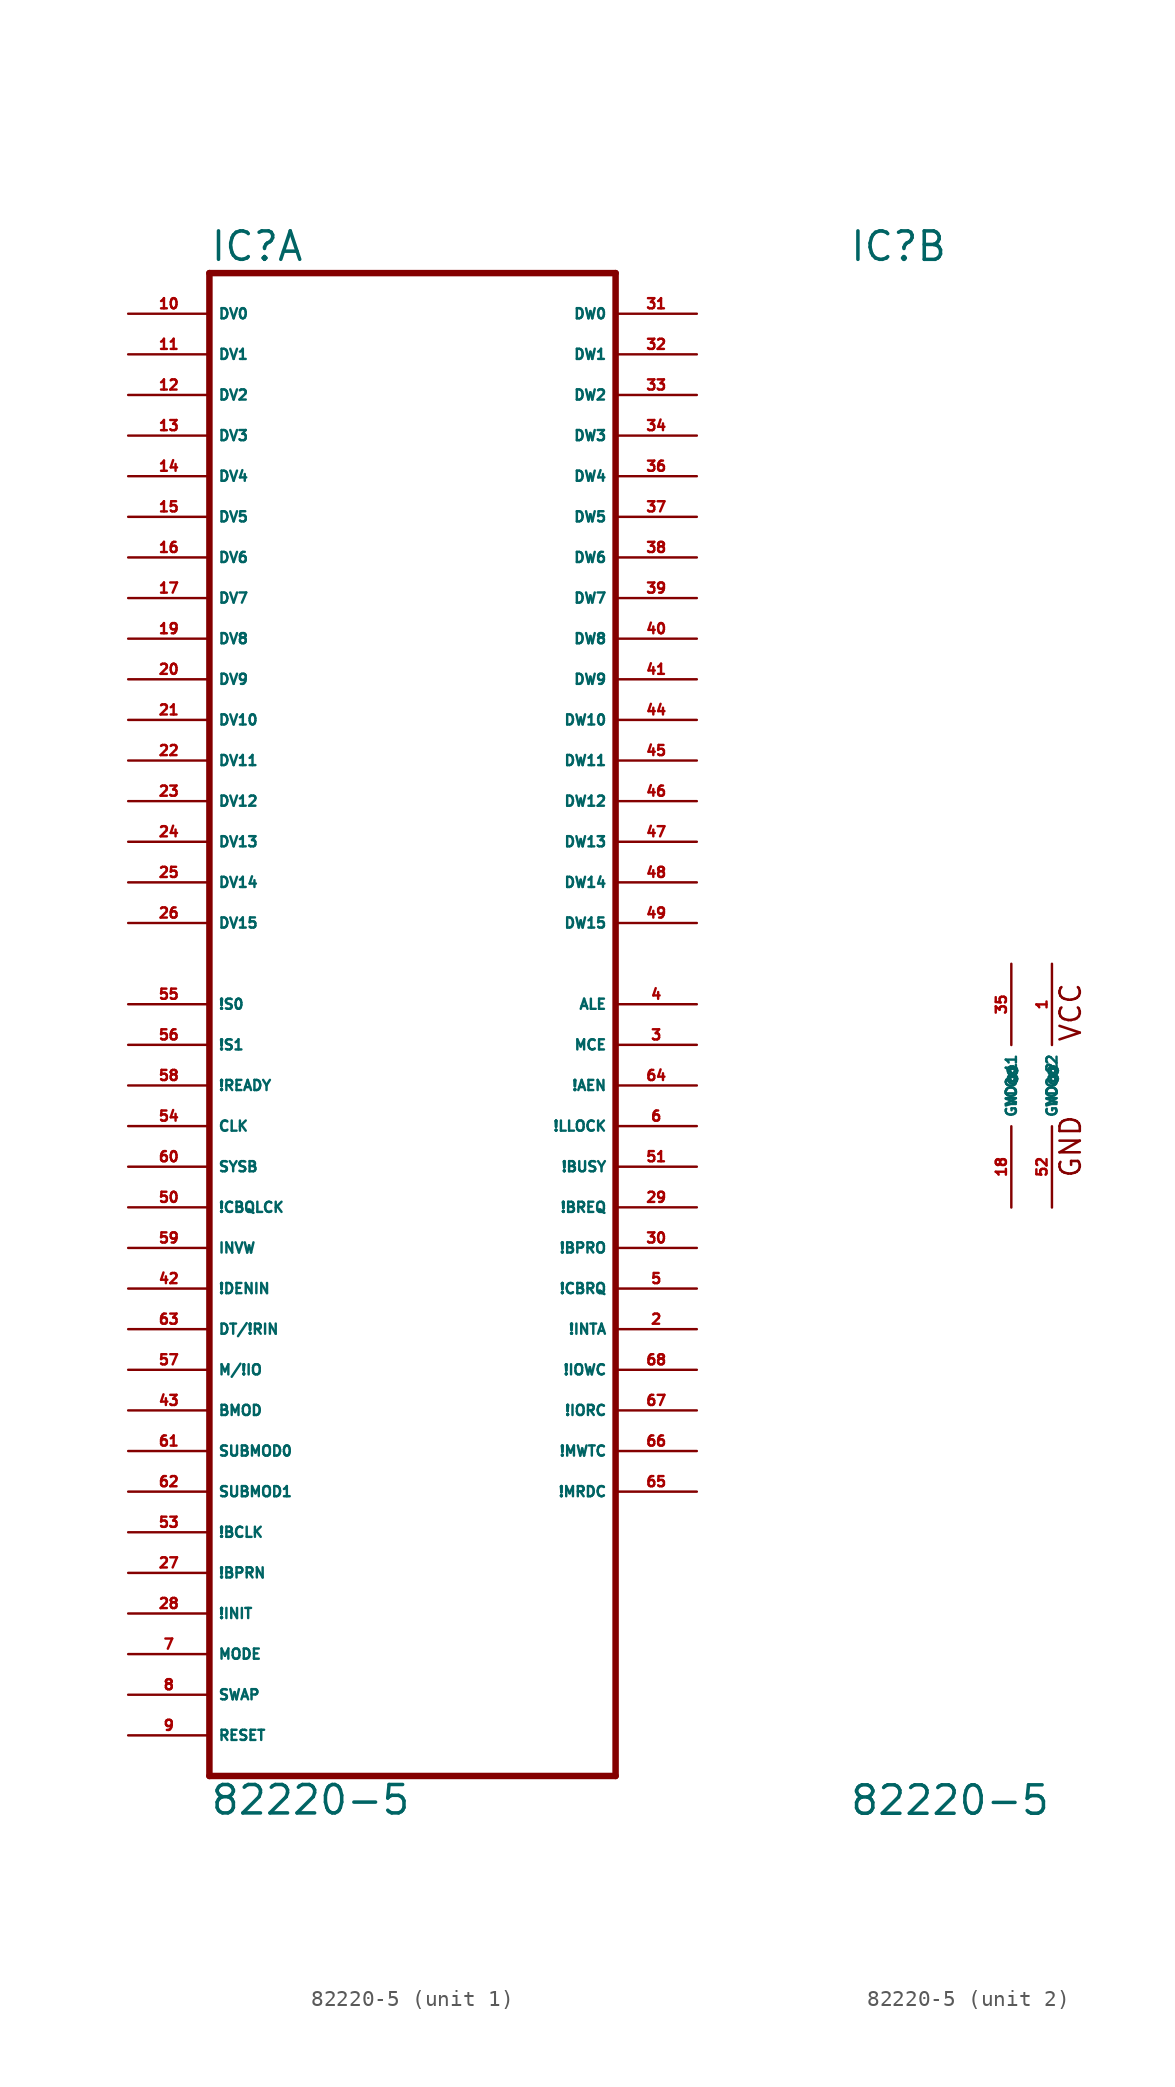
<source format=kicad_sym>
(kicad_symbol_lib
  (version 20220914)
  (generator Eagle2Kicad)
  (symbol "82220-5"
    (property "Reference" "IC"
      (at -12.7 51.435 0)
      (effects (font (size 1.778 1.778) (thickness 0.22)) (justify left bottom)))
    (property "Value" "82220-5"
      (at -12.7 -45.72 0)
      (effects (font (size 1.778 1.778) (thickness 0.22)) (justify left bottom)))
    (symbol "82220-5_1_0"
      (polyline (pts (xy 12.7 -43.18) (xy -12.7 -43.18)) (stroke (width 0.406) (type default)) (fill (type none)))
      (polyline (pts (xy -12.7 -43.18) (xy -12.7 50.8)) (stroke (width 0.406) (type default)) (fill (type none)))
      (polyline (pts (xy -12.7 50.8) (xy 12.7 50.8)) (stroke (width 0.406) (type default)) (fill (type none)))
      (polyline (pts (xy 12.7 50.8) (xy 12.7 -43.18)) (stroke (width 0.406) (type default)) (fill (type none)))
      (pin bidirectional line (at -17.78 48.26 0) (length 5.08) (name "DV0" (effects (font (size 0.635 0.635) (thickness 0.08)) (justify left bottom))) (number "10" (effects (font (size 0.635 0.635) (thickness 0.08)) (justify left bottom))))
      (pin bidirectional line (at -17.78 45.72 0) (length 5.08) (name "DV1" (effects (font (size 0.635 0.635) (thickness 0.08)) (justify left bottom))) (number "11" (effects (font (size 0.635 0.635) (thickness 0.08)) (justify left bottom))))
      (pin bidirectional line (at -17.78 43.18 0) (length 5.08) (name "DV2" (effects (font (size 0.635 0.635) (thickness 0.08)) (justify left bottom))) (number "12" (effects (font (size 0.635 0.635) (thickness 0.08)) (justify left bottom))))
      (pin bidirectional line (at -17.78 40.64 0) (length 5.08) (name "DV3" (effects (font (size 0.635 0.635) (thickness 0.08)) (justify left bottom))) (number "13" (effects (font (size 0.635 0.635) (thickness 0.08)) (justify left bottom))))
      (pin bidirectional line (at -17.78 38.1 0) (length 5.08) (name "DV4" (effects (font (size 0.635 0.635) (thickness 0.08)) (justify left bottom))) (number "14" (effects (font (size 0.635 0.635) (thickness 0.08)) (justify left bottom))))
      (pin bidirectional line (at -17.78 35.56 0) (length 5.08) (name "DV5" (effects (font (size 0.635 0.635) (thickness 0.08)) (justify left bottom))) (number "15" (effects (font (size 0.635 0.635) (thickness 0.08)) (justify left bottom))))
      (pin bidirectional line (at -17.78 33.02 0) (length 5.08) (name "DV6" (effects (font (size 0.635 0.635) (thickness 0.08)) (justify left bottom))) (number "16" (effects (font (size 0.635 0.635) (thickness 0.08)) (justify left bottom))))
      (pin bidirectional line (at -17.78 30.48 0) (length 5.08) (name "DV7" (effects (font (size 0.635 0.635) (thickness 0.08)) (justify left bottom))) (number "17" (effects (font (size 0.635 0.635) (thickness 0.08)) (justify left bottom))))
      (pin bidirectional line (at -17.78 27.94 0) (length 5.08) (name "DV8" (effects (font (size 0.635 0.635) (thickness 0.08)) (justify left bottom))) (number "19" (effects (font (size 0.635 0.635) (thickness 0.08)) (justify left bottom))))
      (pin bidirectional line (at -17.78 25.4 0) (length 5.08) (name "DV9" (effects (font (size 0.635 0.635) (thickness 0.08)) (justify left bottom))) (number "20" (effects (font (size 0.635 0.635) (thickness 0.08)) (justify left bottom))))
      (pin bidirectional line (at -17.78 22.86 0) (length 5.08) (name "DV10" (effects (font (size 0.635 0.635) (thickness 0.08)) (justify left bottom))) (number "21" (effects (font (size 0.635 0.635) (thickness 0.08)) (justify left bottom))))
      (pin bidirectional line (at -17.78 20.32 0) (length 5.08) (name "DV11" (effects (font (size 0.635 0.635) (thickness 0.08)) (justify left bottom))) (number "22" (effects (font (size 0.635 0.635) (thickness 0.08)) (justify left bottom))))
      (pin bidirectional line (at -17.78 17.78 0) (length 5.08) (name "DV12" (effects (font (size 0.635 0.635) (thickness 0.08)) (justify left bottom))) (number "23" (effects (font (size 0.635 0.635) (thickness 0.08)) (justify left bottom))))
      (pin bidirectional line (at -17.78 15.24 0) (length 5.08) (name "DV13" (effects (font (size 0.635 0.635) (thickness 0.08)) (justify left bottom))) (number "24" (effects (font (size 0.635 0.635) (thickness 0.08)) (justify left bottom))))
      (pin bidirectional line (at -17.78 12.7 0) (length 5.08) (name "DV14" (effects (font (size 0.635 0.635) (thickness 0.08)) (justify left bottom))) (number "25" (effects (font (size 0.635 0.635) (thickness 0.08)) (justify left bottom))))
      (pin bidirectional line (at -17.78 10.16 0) (length 5.08) (name "DV15" (effects (font (size 0.635 0.635) (thickness 0.08)) (justify left bottom))) (number "26" (effects (font (size 0.635 0.635) (thickness 0.08)) (justify left bottom))))
      (pin input line (at -17.78 -35.56 0) (length 5.08) (name "MODE" (effects (font (size 0.635 0.635) (thickness 0.08)) (justify left bottom))) (number "7" (effects (font (size 0.635 0.635) (thickness 0.08)) (justify left bottom))))
      (pin input line (at -17.78 -2.54 0) (length 5.08) (name "CLK" (effects (font (size 0.635 0.635) (thickness 0.08)) (justify left bottom))) (number "54" (effects (font (size 0.635 0.635) (thickness 0.08)) (justify left bottom))))
      (pin input line (at -17.78 -5.08 0) (length 5.08) (name "SYSB" (effects (font (size 0.635 0.635) (thickness 0.08)) (justify left bottom))) (number "60" (effects (font (size 0.635 0.635) (thickness 0.08)) (justify left bottom))))
      (pin bidirectional line (at 17.78 -12.7 180) (length 5.08) (name "!CBRQ" (effects (font (size 0.635 0.635) (thickness 0.08)) (justify left bottom))) (number "5" (effects (font (size 0.635 0.635) (thickness 0.08)) (justify left bottom))))
      (pin bidirectional line (at 17.78 -5.08 180) (length 5.08) (name "!BUSY" (effects (font (size 0.635 0.635) (thickness 0.08)) (justify left bottom))) (number "51" (effects (font (size 0.635 0.635) (thickness 0.08)) (justify left bottom))))
      (pin input line (at -17.78 -10.16 0) (length 5.08) (name "INVW" (effects (font (size 0.635 0.635) (thickness 0.08)) (justify left bottom))) (number "59" (effects (font (size 0.635 0.635) (thickness 0.08)) (justify left bottom))))
      (pin input line (at -17.78 -30.48 0) (length 5.08) (name "!BPRN" (effects (font (size 0.635 0.635) (thickness 0.08)) (justify left bottom))) (number "27" (effects (font (size 0.635 0.635) (thickness 0.08)) (justify left bottom))))
      (pin input line (at -17.78 -15.24 0) (length 5.08) (name "DT/!RIN" (effects (font (size 0.635 0.635) (thickness 0.08)) (justify left bottom))) (number "63" (effects (font (size 0.635 0.635) (thickness 0.08)) (justify left bottom))))
      (pin input line (at -17.78 -25.4 0) (length 5.08) (name "SUBMOD1" (effects (font (size 0.635 0.635) (thickness 0.08)) (justify left bottom))) (number "62" (effects (font (size 0.635 0.635) (thickness 0.08)) (justify left bottom))))
      (pin input line (at -17.78 -22.86 0) (length 5.08) (name "SUBMOD0" (effects (font (size 0.635 0.635) (thickness 0.08)) (justify left bottom))) (number "61" (effects (font (size 0.635 0.635) (thickness 0.08)) (justify left bottom))))
      (pin bidirectional line (at 17.78 48.26 180) (length 5.08) (name "DW0" (effects (font (size 0.635 0.635) (thickness 0.08)) (justify left bottom))) (number "31" (effects (font (size 0.635 0.635) (thickness 0.08)) (justify left bottom))))
      (pin bidirectional line (at 17.78 45.72 180) (length 5.08) (name "DW1" (effects (font (size 0.635 0.635) (thickness 0.08)) (justify left bottom))) (number "32" (effects (font (size 0.635 0.635) (thickness 0.08)) (justify left bottom))))
      (pin bidirectional line (at 17.78 43.18 180) (length 5.08) (name "DW2" (effects (font (size 0.635 0.635) (thickness 0.08)) (justify left bottom))) (number "33" (effects (font (size 0.635 0.635) (thickness 0.08)) (justify left bottom))))
      (pin bidirectional line (at 17.78 40.64 180) (length 5.08) (name "DW3" (effects (font (size 0.635 0.635) (thickness 0.08)) (justify left bottom))) (number "34" (effects (font (size 0.635 0.635) (thickness 0.08)) (justify left bottom))))
      (pin bidirectional line (at 17.78 38.1 180) (length 5.08) (name "DW4" (effects (font (size 0.635 0.635) (thickness 0.08)) (justify left bottom))) (number "36" (effects (font (size 0.635 0.635) (thickness 0.08)) (justify left bottom))))
      (pin bidirectional line (at 17.78 35.56 180) (length 5.08) (name "DW5" (effects (font (size 0.635 0.635) (thickness 0.08)) (justify left bottom))) (number "37" (effects (font (size 0.635 0.635) (thickness 0.08)) (justify left bottom))))
      (pin bidirectional line (at 17.78 33.02 180) (length 5.08) (name "DW6" (effects (font (size 0.635 0.635) (thickness 0.08)) (justify left bottom))) (number "38" (effects (font (size 0.635 0.635) (thickness 0.08)) (justify left bottom))))
      (pin bidirectional line (at 17.78 30.48 180) (length 5.08) (name "DW7" (effects (font (size 0.635 0.635) (thickness 0.08)) (justify left bottom))) (number "39" (effects (font (size 0.635 0.635) (thickness 0.08)) (justify left bottom))))
      (pin bidirectional line (at 17.78 27.94 180) (length 5.08) (name "DW8" (effects (font (size 0.635 0.635) (thickness 0.08)) (justify left bottom))) (number "40" (effects (font (size 0.635 0.635) (thickness 0.08)) (justify left bottom))))
      (pin bidirectional line (at 17.78 25.4 180) (length 5.08) (name "DW9" (effects (font (size 0.635 0.635) (thickness 0.08)) (justify left bottom))) (number "41" (effects (font (size 0.635 0.635) (thickness 0.08)) (justify left bottom))))
      (pin bidirectional line (at 17.78 22.86 180) (length 5.08) (name "DW10" (effects (font (size 0.635 0.635) (thickness 0.08)) (justify left bottom))) (number "44" (effects (font (size 0.635 0.635) (thickness 0.08)) (justify left bottom))))
      (pin bidirectional line (at 17.78 20.32 180) (length 5.08) (name "DW11" (effects (font (size 0.635 0.635) (thickness 0.08)) (justify left bottom))) (number "45" (effects (font (size 0.635 0.635) (thickness 0.08)) (justify left bottom))))
      (pin bidirectional line (at 17.78 17.78 180) (length 5.08) (name "DW12" (effects (font (size 0.635 0.635) (thickness 0.08)) (justify left bottom))) (number "46" (effects (font (size 0.635 0.635) (thickness 0.08)) (justify left bottom))))
      (pin bidirectional line (at 17.78 15.24 180) (length 5.08) (name "DW13" (effects (font (size 0.635 0.635) (thickness 0.08)) (justify left bottom))) (number "47" (effects (font (size 0.635 0.635) (thickness 0.08)) (justify left bottom))))
      (pin bidirectional line (at 17.78 12.7 180) (length 5.08) (name "DW14" (effects (font (size 0.635 0.635) (thickness 0.08)) (justify left bottom))) (number "48" (effects (font (size 0.635 0.635) (thickness 0.08)) (justify left bottom))))
      (pin bidirectional line (at 17.78 10.16 180) (length 5.08) (name "DW15" (effects (font (size 0.635 0.635) (thickness 0.08)) (justify left bottom))) (number "49" (effects (font (size 0.635 0.635) (thickness 0.08)) (justify left bottom))))
      (pin input line (at -17.78 5.08 0) (length 5.08) (name "!S0" (effects (font (size 0.635 0.635) (thickness 0.08)) (justify left bottom))) (number "55" (effects (font (size 0.635 0.635) (thickness 0.08)) (justify left bottom))))
      (pin input line (at -17.78 2.54 0) (length 5.08) (name "!S1" (effects (font (size 0.635 0.635) (thickness 0.08)) (justify left bottom))) (number "56" (effects (font (size 0.635 0.635) (thickness 0.08)) (justify left bottom))))
      (pin input line (at -17.78 -33.02 0) (length 5.08) (name "!INIT" (effects (font (size 0.635 0.635) (thickness 0.08)) (justify left bottom))) (number "28" (effects (font (size 0.635 0.635) (thickness 0.08)) (justify left bottom))))
      (pin output line (at 17.78 -17.78 180) (length 5.08) (name "!IOWC" (effects (font (size 0.635 0.635) (thickness 0.08)) (justify left bottom))) (number "68" (effects (font (size 0.635 0.635) (thickness 0.08)) (justify left bottom))))
      (pin output line (at 17.78 -15.24 180) (length 5.08) (name "!INTA" (effects (font (size 0.635 0.635) (thickness 0.08)) (justify left bottom))) (number "2" (effects (font (size 0.635 0.635) (thickness 0.08)) (justify left bottom))))
      (pin output line (at 17.78 2.54 180) (length 5.08) (name "MCE" (effects (font (size 0.635 0.635) (thickness 0.08)) (justify left bottom))) (number "3" (effects (font (size 0.635 0.635) (thickness 0.08)) (justify left bottom))))
      (pin output line (at 17.78 5.08 180) (length 5.08) (name "ALE" (effects (font (size 0.635 0.635) (thickness 0.08)) (justify left bottom))) (number "4" (effects (font (size 0.635 0.635) (thickness 0.08)) (justify left bottom))))
      (pin output line (at 17.78 -2.54 180) (length 5.08) (name "!LLOCK" (effects (font (size 0.635 0.635) (thickness 0.08)) (justify left bottom))) (number "6" (effects (font (size 0.635 0.635) (thickness 0.08)) (justify left bottom))))
      (pin output line (at 17.78 0 180) (length 5.08) (name "!AEN" (effects (font (size 0.635 0.635) (thickness 0.08)) (justify left bottom))) (number "64" (effects (font (size 0.635 0.635) (thickness 0.08)) (justify left bottom))))
      (pin input line (at -17.78 -38.1 0) (length 5.08) (name "SWAP" (effects (font (size 0.635 0.635) (thickness 0.08)) (justify left bottom))) (number "8" (effects (font (size 0.635 0.635) (thickness 0.08)) (justify left bottom))))
      (pin input line (at -17.78 -7.62 0) (length 5.08) (name "!CBQLCK" (effects (font (size 0.635 0.635) (thickness 0.08)) (justify left bottom))) (number "50" (effects (font (size 0.635 0.635) (thickness 0.08)) (justify left bottom))))
      (pin output line (at 17.78 -20.32 180) (length 5.08) (name "!IORC" (effects (font (size 0.635 0.635) (thickness 0.08)) (justify left bottom))) (number "67" (effects (font (size 0.635 0.635) (thickness 0.08)) (justify left bottom))))
      (pin output line (at 17.78 -22.86 180) (length 5.08) (name "!MWTC" (effects (font (size 0.635 0.635) (thickness 0.08)) (justify left bottom))) (number "66" (effects (font (size 0.635 0.635) (thickness 0.08)) (justify left bottom))))
      (pin input line (at -17.78 -12.7 0) (length 5.08) (name "!DENIN" (effects (font (size 0.635 0.635) (thickness 0.08)) (justify left bottom))) (number "42" (effects (font (size 0.635 0.635) (thickness 0.08)) (justify left bottom))))
      (pin input line (at -17.78 0 0) (length 5.08) (name "!READY" (effects (font (size 0.635 0.635) (thickness 0.08)) (justify left bottom))) (number "58" (effects (font (size 0.635 0.635) (thickness 0.08)) (justify left bottom))))
      (pin input line (at -17.78 -27.94 0) (length 5.08) (name "!BCLK" (effects (font (size 0.635 0.635) (thickness 0.08)) (justify left bottom))) (number "53" (effects (font (size 0.635 0.635) (thickness 0.08)) (justify left bottom))))
      (pin input line (at -17.78 -40.64 0) (length 5.08) (name "RESET" (effects (font (size 0.635 0.635) (thickness 0.08)) (justify left bottom))) (number "9" (effects (font (size 0.635 0.635) (thickness 0.08)) (justify left bottom))))
      (pin input line (at -17.78 -17.78 0) (length 5.08) (name "M/!IO" (effects (font (size 0.635 0.635) (thickness 0.08)) (justify left bottom))) (number "57" (effects (font (size 0.635 0.635) (thickness 0.08)) (justify left bottom))))
      (pin output line (at 17.78 -25.4 180) (length 5.08) (name "!MRDC" (effects (font (size 0.635 0.635) (thickness 0.08)) (justify left bottom))) (number "65" (effects (font (size 0.635 0.635) (thickness 0.08)) (justify left bottom))))
      (pin output line (at 17.78 -10.16 180) (length 5.08) (name "!BPRO" (effects (font (size 0.635 0.635) (thickness 0.08)) (justify left bottom))) (number "30" (effects (font (size 0.635 0.635) (thickness 0.08)) (justify left bottom))))
      (pin output line (at 17.78 -7.62 180) (length 5.08) (name "!BREQ" (effects (font (size 0.635 0.635) (thickness 0.08)) (justify left bottom))) (number "29" (effects (font (size 0.635 0.635) (thickness 0.08)) (justify left bottom))))
      (pin input line (at -17.78 -20.32 0) (length 5.08) (name "BMOD" (effects (font (size 0.635 0.635) (thickness 0.08)) (justify left bottom))) (number "43" (effects (font (size 0.635 0.635) (thickness 0.08)) (justify left bottom)))))
    (symbol "82220-5_2_0"
      (text "VCC" (at 1.905 2.667 900) (effects (font (size 1.27 1.27) (thickness 0.16)) (justify left bottom)))
      (text "GND" (at 1.905 -5.842 900) (effects (font (size 1.27 1.27) (thickness 0.16)) (justify left bottom)))
      (pin unspecified line (at -2.54 -7.62 90) (length 5.08) (name "GND@1" (effects (font (size 0.635 0.635) (thickness 0.08)) (justify left bottom))) (number "18" (effects (font (size 0.635 0.635) (thickness 0.08)) (justify left bottom))))
      (pin unspecified line (at 0 -7.62 90) (length 5.08) (name "GND@2" (effects (font (size 0.635 0.635) (thickness 0.08)) (justify left bottom))) (number "52" (effects (font (size 0.635 0.635) (thickness 0.08)) (justify left bottom))))
      (pin unspecified line (at -2.54 7.62 270) (length 5.08) (name "VCC@1" (effects (font (size 0.635 0.635) (thickness 0.08)) (justify left bottom))) (number "35" (effects (font (size 0.635 0.635) (thickness 0.08)) (justify left bottom))))
      (pin unspecified line (at 0 7.62 270) (length 5.08) (name "VCC@2" (effects (font (size 0.635 0.635) (thickness 0.08)) (justify left bottom))) (number "1" (effects (font (size 0.635 0.635) (thickness 0.08)) (justify left bottom)))))))
</source>
